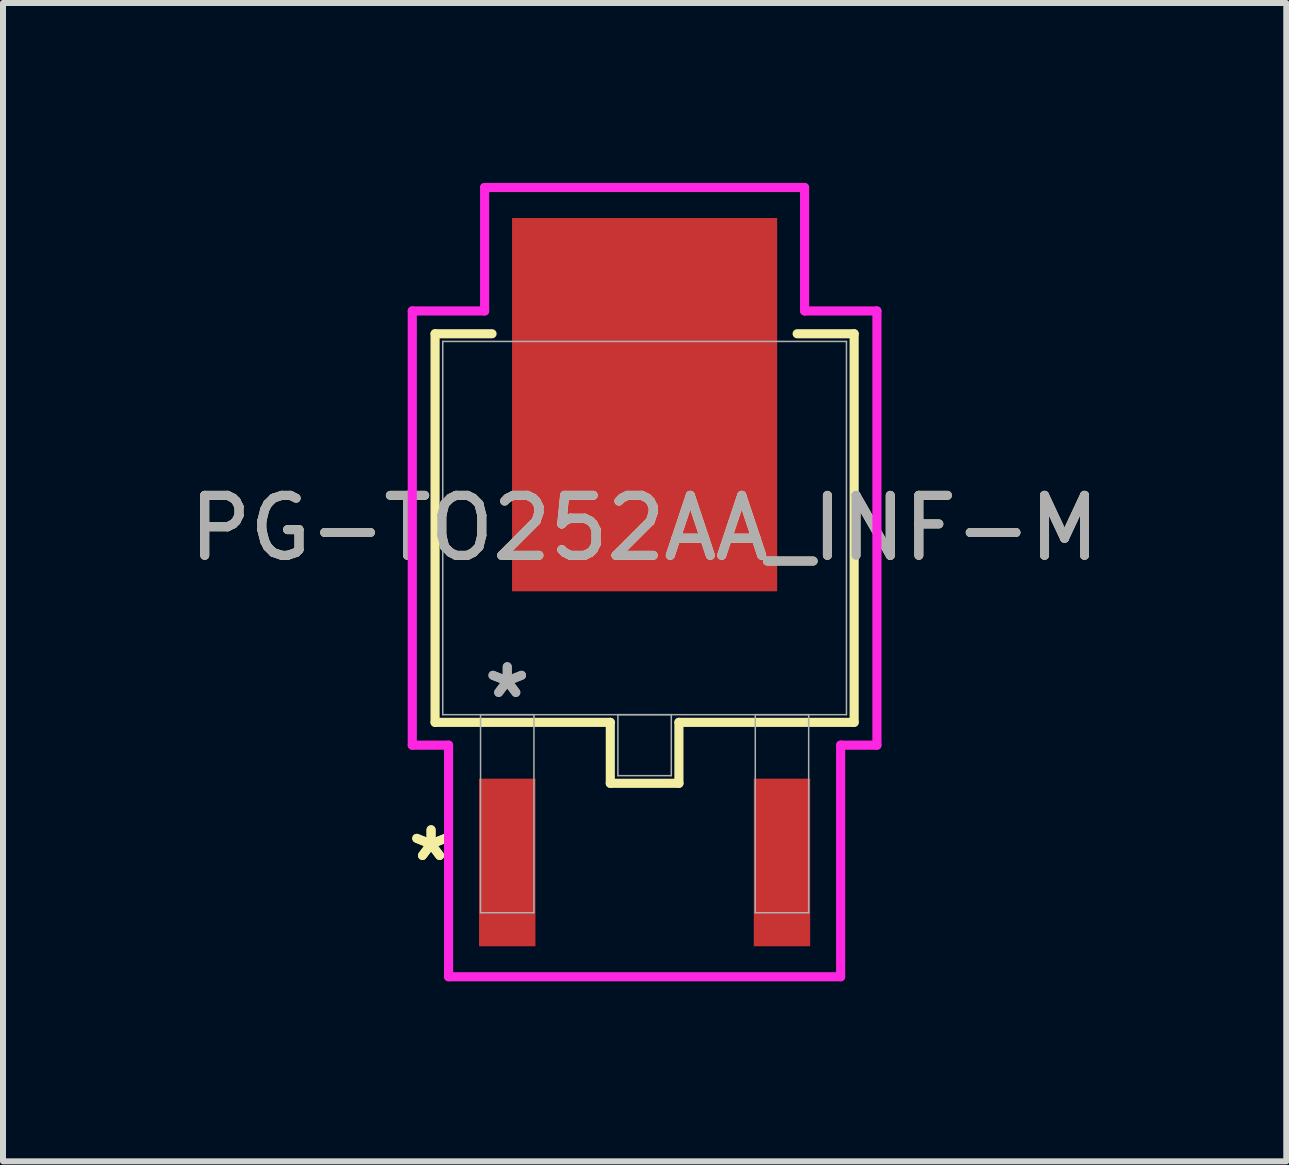
<source format=kicad_pcb>
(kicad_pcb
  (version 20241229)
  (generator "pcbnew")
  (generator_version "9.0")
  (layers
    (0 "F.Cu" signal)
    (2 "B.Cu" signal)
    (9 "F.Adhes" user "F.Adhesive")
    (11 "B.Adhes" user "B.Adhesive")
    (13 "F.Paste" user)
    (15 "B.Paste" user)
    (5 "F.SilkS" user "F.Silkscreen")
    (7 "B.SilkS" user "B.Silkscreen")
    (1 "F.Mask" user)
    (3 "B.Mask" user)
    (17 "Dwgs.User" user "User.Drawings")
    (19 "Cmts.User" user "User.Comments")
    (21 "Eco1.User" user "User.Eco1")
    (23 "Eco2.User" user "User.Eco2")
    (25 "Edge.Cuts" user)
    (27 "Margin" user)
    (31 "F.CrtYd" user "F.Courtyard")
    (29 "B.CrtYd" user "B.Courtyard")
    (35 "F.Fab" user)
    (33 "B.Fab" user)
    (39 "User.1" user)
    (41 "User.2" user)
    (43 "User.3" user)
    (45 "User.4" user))
  (footprint "PG-TO252AA_INF-M"
    (layer "F.Cu")
    (at 7.696 5.753)
    (property "Reference" "PG-TO252AA_INF-M" (at 0 0 0) (unlocked yes) (layer "F.SilkS") (effects (font (size 1 1) (thickness 0.15))))
    (attr smd)
    (fp_line (start -3.493 -3.239) (end -3.493 3.239) (stroke (width 0.152) (type solid)) (layer "F.SilkS"))
    (fp_line (start -3.493 3.239) (end -0.572 3.239) (stroke (width 0.152) (type solid)) (layer "F.SilkS"))
    (fp_line (start -2.543 -3.239) (end -3.493 -3.239) (stroke (width 0.152) (type solid)) (layer "F.SilkS"))
    (fp_line (start -0.572 3.239) (end -0.572 4.255) (stroke (width 0.152) (type solid)) (layer "F.SilkS"))
    (fp_line (start -0.572 4.255) (end 0.572 4.255) (stroke (width 0.152) (type solid)) (layer "F.SilkS"))
    (fp_line (start 0.572 3.239) (end 3.493 3.239) (stroke (width 0.152) (type solid)) (layer "F.SilkS"))
    (fp_line (start 0.572 4.255) (end 0.572 3.239) (stroke (width 0.152) (type solid)) (layer "F.SilkS"))
    (fp_line (start 3.493 -3.239) (end 2.543 -3.239) (stroke (width 0.152) (type solid)) (layer "F.SilkS"))
    (fp_line (start 3.493 3.239) (end 3.493 -3.239) (stroke (width 0.152) (type solid)) (layer "F.SilkS"))
    (fp_line (start -3.873 -3.619) (end -2.667 -3.619) (stroke (width 0.152) (type solid)) (layer "F.CrtYd"))
    (fp_line (start -3.873 3.619) (end -3.873 -3.619) (stroke (width 0.152) (type solid)) (layer "F.CrtYd"))
    (fp_line (start -3.268 3.619) (end -3.873 3.619) (stroke (width 0.152) (type solid)) (layer "F.CrtYd"))
    (fp_line (start -3.268 7.48) (end -3.268 3.619) (stroke (width 0.152) (type solid)) (layer "F.CrtYd"))
    (fp_line (start -2.667 -5.677) (end 2.667 -5.677) (stroke (width 0.152) (type solid)) (layer "F.CrtYd"))
    (fp_line (start -2.667 -3.619) (end -2.667 -5.677) (stroke (width 0.152) (type solid)) (layer "F.CrtYd"))
    (fp_line (start 2.667 -5.677) (end 2.667 -3.619) (stroke (width 0.152) (type solid)) (layer "F.CrtYd"))
    (fp_line (start 2.667 -3.619) (end 3.873 -3.619) (stroke (width 0.152) (type solid)) (layer "F.CrtYd"))
    (fp_line (start 3.268 3.619) (end 3.268 7.48) (stroke (width 0.152) (type solid)) (layer "F.CrtYd"))
    (fp_line (start 3.268 7.48) (end -3.268 7.48) (stroke (width 0.152) (type solid)) (layer "F.CrtYd"))
    (fp_line (start 3.873 -3.619) (end 3.873 3.619) (stroke (width 0.152) (type solid)) (layer "F.CrtYd"))
    (fp_line (start 3.873 3.619) (end 3.268 3.619) (stroke (width 0.152) (type solid)) (layer "F.CrtYd"))
    (fp_line (start -3.365 -3.111) (end -3.365 3.111) (stroke (width 0.025) (type solid)) (layer "F.Fab"))
    (fp_line (start -3.365 3.111) (end 3.365 3.111) (stroke (width 0.025) (type solid)) (layer "F.Fab"))
    (fp_line (start -2.735 3.111) (end -2.735 6.413) (stroke (width 0.025) (type solid)) (layer "F.Fab"))
    (fp_line (start -2.735 6.413) (end -1.845 6.413) (stroke (width 0.025) (type solid)) (layer "F.Fab"))
    (fp_line (start -1.845 3.111) (end -2.735 3.111) (stroke (width 0.025) (type solid)) (layer "F.Fab"))
    (fp_line (start -1.845 6.413) (end -1.845 3.111) (stroke (width 0.025) (type solid)) (layer "F.Fab"))
    (fp_line (start -0.445 3.111) (end -0.445 4.128) (stroke (width 0.025) (type solid)) (layer "F.Fab"))
    (fp_line (start -0.445 4.128) (end 0.445 4.128) (stroke (width 0.025) (type solid)) (layer "F.Fab"))
    (fp_line (start 0.445 3.111) (end -0.445 3.111) (stroke (width 0.025) (type solid)) (layer "F.Fab"))
    (fp_line (start 0.445 4.128) (end 0.445 3.111) (stroke (width 0.025) (type solid)) (layer "F.Fab"))
    (fp_line (start 1.845 3.111) (end 1.845 6.413) (stroke (width 0.025) (type solid)) (layer "F.Fab"))
    (fp_line (start 1.845 6.413) (end 2.735 6.413) (stroke (width 0.025) (type solid)) (layer "F.Fab"))
    (fp_line (start 2.735 3.111) (end 1.845 3.111) (stroke (width 0.025) (type solid)) (layer "F.Fab"))
    (fp_line (start 2.735 6.413) (end 2.735 3.111) (stroke (width 0.025) (type solid)) (layer "F.Fab"))
    (fp_line (start 3.365 -3.111) (end -3.365 -3.111) (stroke (width 0.025) (type solid)) (layer "F.Fab"))
    (fp_line (start 3.365 3.111) (end 3.365 -3.111) (stroke (width 0.025) (type solid)) (layer "F.Fab"))
    (fp_text user "*" (at -3.56 5.575 0) (layer "F.SilkS") (effects (font (size 1 1) (thickness 0.15))))
    (fp_text user "*" (at -3.56 5.575 0) (unlocked yes) (layer "F.SilkS") (effects (font (size 1 1) (thickness 0.15))))
    (fp_text user "*" (at -2.29 2.857 0) (layer "F.Fab") (effects (font (size 1 1) (thickness 0.15))))
    (fp_text user "${REFERENCE}" (at 0 0 0) (unlocked yes) (layer "F.Fab") (effects (font (size 1 1) (thickness 0.15))))
    (fp_text user "*" (at -2.29 2.857 0) (unlocked yes) (layer "F.Fab") (effects (font (size 1 1) (thickness 0.15))))
    (pad "1" smd rect (at -2.29 5.575) (size 0.94 2.794) (layers "F.Cu" "F.Mask" "F.Paste"))
    (pad "2" smd rect (at 0 -2.057) (size 4.42 6.223) (layers "F.Cu" "F.Mask" "F.Paste"))
    (pad "3" smd rect (at 2.29 5.575) (size 0.94 2.794) (layers "F.Cu" "F.Mask" "F.Paste")))
  (gr_rect
    (start -3 -3)
    (end 18.393 16.31)
    (stroke (width 0.1) (type default))
    (fill no)
    (layer "Edge.Cuts")))
</source>
